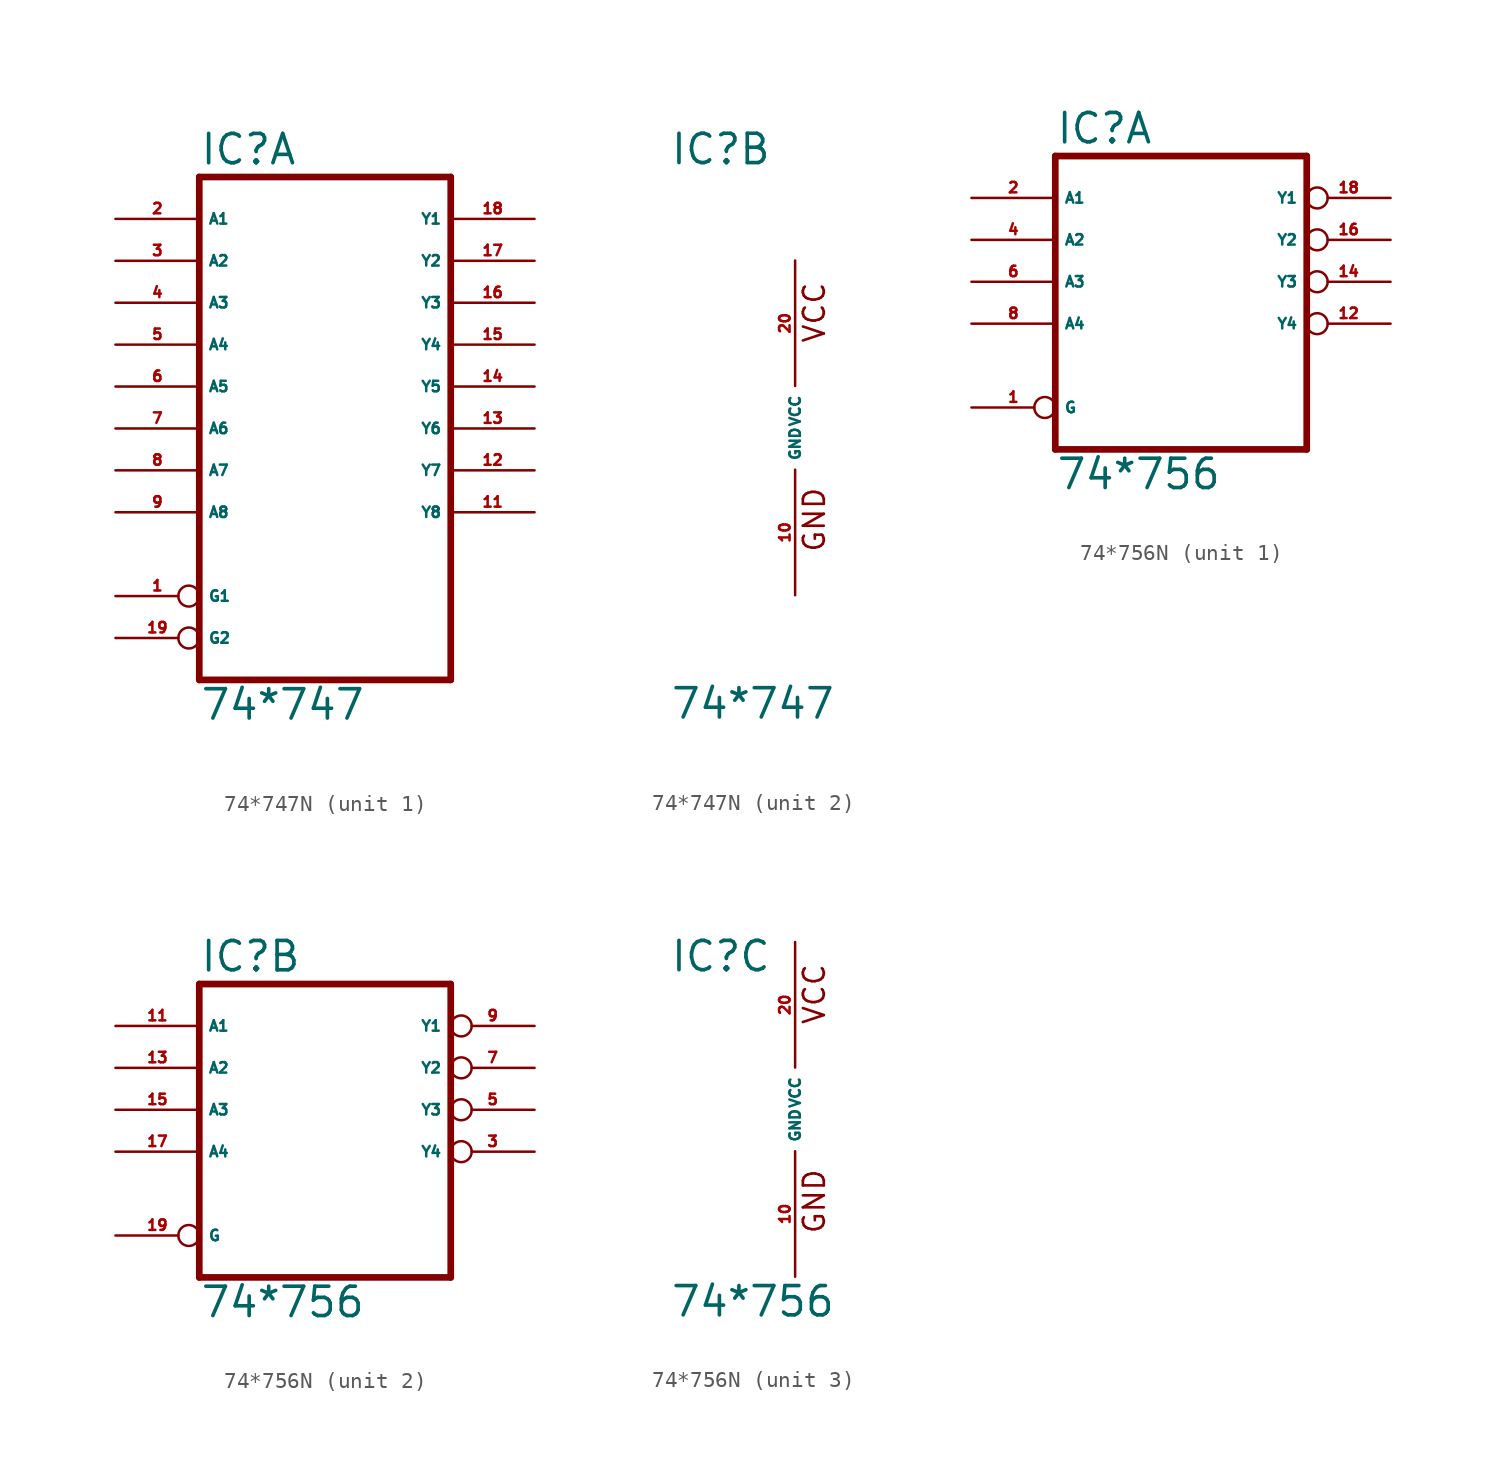
<source format=kicad_sym>
(kicad_symbol_lib
  (version 20220914)
  (generator Eagle2Kicad)
  (symbol "74*747N"
    (property "Reference" "IC"
      (at -7.62 15.875 0)
      (effects (font (size 1.778 1.778) (thickness 0.22)) (justify left bottom)))
    (property "Value" "74*747"
      (at -7.62 -17.78 0)
      (effects (font (size 1.778 1.778) (thickness 0.22)) (justify left bottom)))
    (symbol "74*747N_1_0"
      (polyline (pts (xy -7.62 -15.24) (xy 7.62 -15.24)) (stroke (width 0.406) (type default)) (fill (type none)))
      (polyline (pts (xy 7.62 -15.24) (xy 7.62 15.24)) (stroke (width 0.406) (type default)) (fill (type none)))
      (polyline (pts (xy 7.62 15.24) (xy -7.62 15.24)) (stroke (width 0.406) (type default)) (fill (type none)))
      (polyline (pts (xy -7.62 15.24) (xy -7.62 -15.24)) (stroke (width 0.406) (type default)) (fill (type none)))
      (pin input inverted (at -12.7 -10.16 0) (length 5.08) (name "G1" (effects (font (size 0.635 0.635) (thickness 0.08)) (justify left bottom))) (number "1" (effects (font (size 0.635 0.635) (thickness 0.08)) (justify left bottom))))
      (pin input line (at -12.7 12.7 0) (length 5.08) (name "A1" (effects (font (size 0.635 0.635) (thickness 0.08)) (justify left bottom))) (number "2" (effects (font (size 0.635 0.635) (thickness 0.08)) (justify left bottom))))
      (pin input line (at -12.7 10.16 0) (length 5.08) (name "A2" (effects (font (size 0.635 0.635) (thickness 0.08)) (justify left bottom))) (number "3" (effects (font (size 0.635 0.635) (thickness 0.08)) (justify left bottom))))
      (pin input line (at -12.7 7.62 0) (length 5.08) (name "A3" (effects (font (size 0.635 0.635) (thickness 0.08)) (justify left bottom))) (number "4" (effects (font (size 0.635 0.635) (thickness 0.08)) (justify left bottom))))
      (pin input line (at -12.7 5.08 0) (length 5.08) (name "A4" (effects (font (size 0.635 0.635) (thickness 0.08)) (justify left bottom))) (number "5" (effects (font (size 0.635 0.635) (thickness 0.08)) (justify left bottom))))
      (pin input line (at -12.7 2.54 0) (length 5.08) (name "A5" (effects (font (size 0.635 0.635) (thickness 0.08)) (justify left bottom))) (number "6" (effects (font (size 0.635 0.635) (thickness 0.08)) (justify left bottom))))
      (pin input line (at -12.7 0 0) (length 5.08) (name "A6" (effects (font (size 0.635 0.635) (thickness 0.08)) (justify left bottom))) (number "7" (effects (font (size 0.635 0.635) (thickness 0.08)) (justify left bottom))))
      (pin input line (at -12.7 -2.54 0) (length 5.08) (name "A7" (effects (font (size 0.635 0.635) (thickness 0.08)) (justify left bottom))) (number "8" (effects (font (size 0.635 0.635) (thickness 0.08)) (justify left bottom))))
      (pin input line (at -12.7 -5.08 0) (length 5.08) (name "A8" (effects (font (size 0.635 0.635) (thickness 0.08)) (justify left bottom))) (number "9" (effects (font (size 0.635 0.635) (thickness 0.08)) (justify left bottom))))
      (pin output line (at 12.7 -5.08 180) (length 5.08) (name "Y8" (effects (font (size 0.635 0.635) (thickness 0.08)) (justify left bottom))) (number "11" (effects (font (size 0.635 0.635) (thickness 0.08)) (justify left bottom))))
      (pin output line (at 12.7 -2.54 180) (length 5.08) (name "Y7" (effects (font (size 0.635 0.635) (thickness 0.08)) (justify left bottom))) (number "12" (effects (font (size 0.635 0.635) (thickness 0.08)) (justify left bottom))))
      (pin output line (at 12.7 0 180) (length 5.08) (name "Y6" (effects (font (size 0.635 0.635) (thickness 0.08)) (justify left bottom))) (number "13" (effects (font (size 0.635 0.635) (thickness 0.08)) (justify left bottom))))
      (pin output line (at 12.7 2.54 180) (length 5.08) (name "Y5" (effects (font (size 0.635 0.635) (thickness 0.08)) (justify left bottom))) (number "14" (effects (font (size 0.635 0.635) (thickness 0.08)) (justify left bottom))))
      (pin output line (at 12.7 5.08 180) (length 5.08) (name "Y4" (effects (font (size 0.635 0.635) (thickness 0.08)) (justify left bottom))) (number "15" (effects (font (size 0.635 0.635) (thickness 0.08)) (justify left bottom))))
      (pin output line (at 12.7 7.62 180) (length 5.08) (name "Y3" (effects (font (size 0.635 0.635) (thickness 0.08)) (justify left bottom))) (number "16" (effects (font (size 0.635 0.635) (thickness 0.08)) (justify left bottom))))
      (pin output line (at 12.7 10.16 180) (length 5.08) (name "Y2" (effects (font (size 0.635 0.635) (thickness 0.08)) (justify left bottom))) (number "17" (effects (font (size 0.635 0.635) (thickness 0.08)) (justify left bottom))))
      (pin output line (at 12.7 12.7 180) (length 5.08) (name "Y1" (effects (font (size 0.635 0.635) (thickness 0.08)) (justify left bottom))) (number "18" (effects (font (size 0.635 0.635) (thickness 0.08)) (justify left bottom))))
      (pin input inverted (at -12.7 -12.7 0) (length 5.08) (name "G2" (effects (font (size 0.635 0.635) (thickness 0.08)) (justify left bottom))) (number "19" (effects (font (size 0.635 0.635) (thickness 0.08)) (justify left bottom)))))
    (symbol "74*747N_2_0"
      (text "GND" (at 1.905 -7.62 900) (effects (font (size 1.27 1.27) (thickness 0.16)) (justify left bottom)))
      (text "VCC" (at 1.905 5.08 900) (effects (font (size 1.27 1.27) (thickness 0.16)) (justify left bottom)))
      (pin unspecified line (at 0 -10.16 90) (length 7.62) (name "GND" (effects (font (size 0.635 0.635) (thickness 0.08)) (justify left bottom))) (number "10" (effects (font (size 0.635 0.635) (thickness 0.08)) (justify left bottom))))
      (pin unspecified line (at 0 10.16 270) (length 7.62) (name "VCC" (effects (font (size 0.635 0.635) (thickness 0.08)) (justify left bottom))) (number "20" (effects (font (size 0.635 0.635) (thickness 0.08)) (justify left bottom))))))
  (symbol "74*756N"
    (property "Reference" "IC"
      (at -7.62 8.255 0)
      (effects (font (size 1.778 1.778) (thickness 0.22)) (justify left bottom)))
    (property "Value" "74*756"
      (at -7.62 -12.7 0)
      (effects (font (size 1.778 1.778) (thickness 0.22)) (justify left bottom)))
    (symbol "74*756N_1_0"
      (polyline (pts (xy -7.62 -10.16) (xy 7.62 -10.16)) (stroke (width 0.406) (type default)) (fill (type none)))
      (polyline (pts (xy 7.62 -10.16) (xy 7.62 7.62)) (stroke (width 0.406) (type default)) (fill (type none)))
      (polyline (pts (xy 7.62 7.62) (xy -7.62 7.62)) (stroke (width 0.406) (type default)) (fill (type none)))
      (polyline (pts (xy -7.62 7.62) (xy -7.62 -10.16)) (stroke (width 0.406) (type default)) (fill (type none)))
      (pin input inverted (at -12.7 -7.62 0) (length 5.08) (name "G" (effects (font (size 0.635 0.635) (thickness 0.08)) (justify left bottom))) (number "1" (effects (font (size 0.635 0.635) (thickness 0.08)) (justify left bottom))))
      (pin input line (at -12.7 5.08 0) (length 5.08) (name "A1" (effects (font (size 0.635 0.635) (thickness 0.08)) (justify left bottom))) (number "2" (effects (font (size 0.635 0.635) (thickness 0.08)) (justify left bottom))))
      (pin input line (at -12.7 2.54 0) (length 5.08) (name "A2" (effects (font (size 0.635 0.635) (thickness 0.08)) (justify left bottom))) (number "4" (effects (font (size 0.635 0.635) (thickness 0.08)) (justify left bottom))))
      (pin input line (at -12.7 0 0) (length 5.08) (name "A3" (effects (font (size 0.635 0.635) (thickness 0.08)) (justify left bottom))) (number "6" (effects (font (size 0.635 0.635) (thickness 0.08)) (justify left bottom))))
      (pin input line (at -12.7 -2.54 0) (length 5.08) (name "A4" (effects (font (size 0.635 0.635) (thickness 0.08)) (justify left bottom))) (number "8" (effects (font (size 0.635 0.635) (thickness 0.08)) (justify left bottom))))
      (pin open_collector inverted (at 12.7 -2.54 180) (length 5.08) (name "Y4" (effects (font (size 0.635 0.635) (thickness 0.08)) (justify left bottom))) (number "12" (effects (font (size 0.635 0.635) (thickness 0.08)) (justify left bottom))))
      (pin open_collector inverted (at 12.7 0 180) (length 5.08) (name "Y3" (effects (font (size 0.635 0.635) (thickness 0.08)) (justify left bottom))) (number "14" (effects (font (size 0.635 0.635) (thickness 0.08)) (justify left bottom))))
      (pin open_collector inverted (at 12.7 2.54 180) (length 5.08) (name "Y2" (effects (font (size 0.635 0.635) (thickness 0.08)) (justify left bottom))) (number "16" (effects (font (size 0.635 0.635) (thickness 0.08)) (justify left bottom))))
      (pin open_collector inverted (at 12.7 5.08 180) (length 5.08) (name "Y1" (effects (font (size 0.635 0.635) (thickness 0.08)) (justify left bottom))) (number "18" (effects (font (size 0.635 0.635) (thickness 0.08)) (justify left bottom)))))
    (symbol "74*756N_2_0"
      (polyline (pts (xy -7.62 -10.16) (xy 7.62 -10.16)) (stroke (width 0.406) (type default)) (fill (type none)))
      (polyline (pts (xy 7.62 -10.16) (xy 7.62 7.62)) (stroke (width 0.406) (type default)) (fill (type none)))
      (polyline (pts (xy 7.62 7.62) (xy -7.62 7.62)) (stroke (width 0.406) (type default)) (fill (type none)))
      (polyline (pts (xy -7.62 7.62) (xy -7.62 -10.16)) (stroke (width 0.406) (type default)) (fill (type none)))
      (pin input inverted (at -12.7 -7.62 0) (length 5.08) (name "G" (effects (font (size 0.635 0.635) (thickness 0.08)) (justify left bottom))) (number "19" (effects (font (size 0.635 0.635) (thickness 0.08)) (justify left bottom))))
      (pin input line (at -12.7 5.08 0) (length 5.08) (name "A1" (effects (font (size 0.635 0.635) (thickness 0.08)) (justify left bottom))) (number "11" (effects (font (size 0.635 0.635) (thickness 0.08)) (justify left bottom))))
      (pin input line (at -12.7 2.54 0) (length 5.08) (name "A2" (effects (font (size 0.635 0.635) (thickness 0.08)) (justify left bottom))) (number "13" (effects (font (size 0.635 0.635) (thickness 0.08)) (justify left bottom))))
      (pin input line (at -12.7 0 0) (length 5.08) (name "A3" (effects (font (size 0.635 0.635) (thickness 0.08)) (justify left bottom))) (number "15" (effects (font (size 0.635 0.635) (thickness 0.08)) (justify left bottom))))
      (pin input line (at -12.7 -2.54 0) (length 5.08) (name "A4" (effects (font (size 0.635 0.635) (thickness 0.08)) (justify left bottom))) (number "17" (effects (font (size 0.635 0.635) (thickness 0.08)) (justify left bottom))))
      (pin open_collector inverted (at 12.7 -2.54 180) (length 5.08) (name "Y4" (effects (font (size 0.635 0.635) (thickness 0.08)) (justify left bottom))) (number "3" (effects (font (size 0.635 0.635) (thickness 0.08)) (justify left bottom))))
      (pin open_collector inverted (at 12.7 0 180) (length 5.08) (name "Y3" (effects (font (size 0.635 0.635) (thickness 0.08)) (justify left bottom))) (number "5" (effects (font (size 0.635 0.635) (thickness 0.08)) (justify left bottom))))
      (pin open_collector inverted (at 12.7 2.54 180) (length 5.08) (name "Y2" (effects (font (size 0.635 0.635) (thickness 0.08)) (justify left bottom))) (number "7" (effects (font (size 0.635 0.635) (thickness 0.08)) (justify left bottom))))
      (pin open_collector inverted (at 12.7 5.08 180) (length 5.08) (name "Y1" (effects (font (size 0.635 0.635) (thickness 0.08)) (justify left bottom))) (number "9" (effects (font (size 0.635 0.635) (thickness 0.08)) (justify left bottom)))))
    (symbol "74*756N_3_0"
      (text "GND" (at 1.905 -7.62 900) (effects (font (size 1.27 1.27) (thickness 0.16)) (justify left bottom)))
      (text "VCC" (at 1.905 5.08 900) (effects (font (size 1.27 1.27) (thickness 0.16)) (justify left bottom)))
      (pin unspecified line (at 0 -10.16 90) (length 7.62) (name "GND" (effects (font (size 0.635 0.635) (thickness 0.08)) (justify left bottom))) (number "10" (effects (font (size 0.635 0.635) (thickness 0.08)) (justify left bottom))))
      (pin unspecified line (at 0 10.16 270) (length 7.62) (name "VCC" (effects (font (size 0.635 0.635) (thickness 0.08)) (justify left bottom))) (number "20" (effects (font (size 0.635 0.635) (thickness 0.08)) (justify left bottom)))))))
</source>
